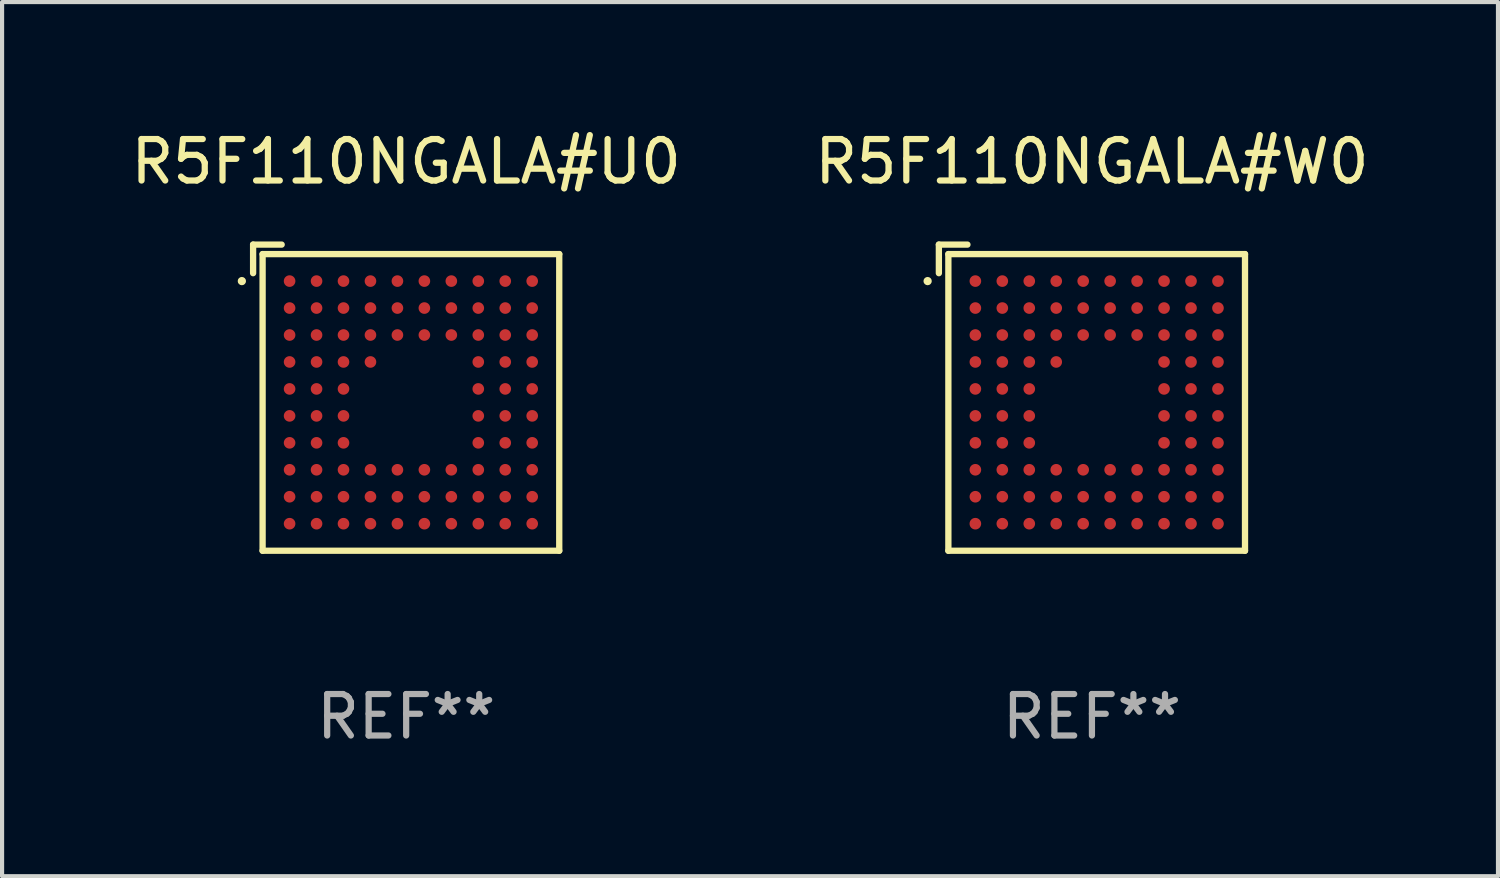
<source format=kicad_pcb>
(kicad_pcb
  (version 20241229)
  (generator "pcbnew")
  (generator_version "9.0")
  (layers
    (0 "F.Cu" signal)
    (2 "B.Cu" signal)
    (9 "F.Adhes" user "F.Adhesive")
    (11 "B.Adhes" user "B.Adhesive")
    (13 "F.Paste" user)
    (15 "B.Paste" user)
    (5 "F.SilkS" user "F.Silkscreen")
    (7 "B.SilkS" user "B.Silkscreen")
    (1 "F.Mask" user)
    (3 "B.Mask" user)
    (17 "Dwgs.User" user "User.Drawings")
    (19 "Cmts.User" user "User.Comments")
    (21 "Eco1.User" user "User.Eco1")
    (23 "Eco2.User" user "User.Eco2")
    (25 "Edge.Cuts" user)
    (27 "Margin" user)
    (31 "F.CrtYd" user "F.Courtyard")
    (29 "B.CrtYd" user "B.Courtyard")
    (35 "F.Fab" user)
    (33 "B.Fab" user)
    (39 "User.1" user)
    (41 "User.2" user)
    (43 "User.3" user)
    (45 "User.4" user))
  (footprint "R5F110NGALA#U0"
    (layer "F.Cu")
    (at 6.744 6.539)
    (property "Reference" "R5F110NGALA#U0" (at 0 -5.691 0) (layer "F.SilkS") (effects (font (size 1 1) (thickness 0.15))))
    (attr through_hole)
    (fp_line (start -3.691 -3.691) (end -3.002 -3.691) (stroke (width 0.152) (type solid)) (layer "F.SilkS"))
    (fp_line (start -3.691 -3.002) (end -3.691 -3.691) (stroke (width 0.152) (type solid)) (layer "F.SilkS"))
    (fp_line (start -3.462 -3.462) (end 3.691 -3.462) (stroke (width 0.152) (type solid)) (layer "F.SilkS"))
    (fp_line (start -3.462 3.691) (end -3.462 -3.462) (stroke (width 0.152) (type solid)) (layer "F.SilkS"))
    (fp_line (start 3.691 -3.462) (end 3.691 3.691) (stroke (width 0.152) (type solid)) (layer "F.SilkS"))
    (fp_line (start 3.691 3.691) (end -3.462 3.691) (stroke (width 0.152) (type solid)) (layer "F.SilkS"))
    (fp_circle (center -3.962 -2.811) (end -3.912 -2.811) (stroke (width 0.1) (type solid)) (fill no) (layer "F.SilkS"))
    (fp_text user "REF**" (at 0 7.691 0) (layer "F.Fab") (effects (font (size 1 1) (thickness 0.15))))
    (pad "A1" smd circle (at -2.811 -2.811) (size 0.28 0.28) (layers "F.Cu" "F.Mask" "F.Paste"))
    (pad "A2" smd circle (at -2.161 -2.811) (size 0.28 0.28) (layers "F.Cu" "F.Mask" "F.Paste"))
    (pad "A3" smd circle (at -1.511 -2.811) (size 0.28 0.28) (layers "F.Cu" "F.Mask" "F.Paste"))
    (pad "A4" smd circle (at -0.861 -2.811) (size 0.28 0.28) (layers "F.Cu" "F.Mask" "F.Paste"))
    (pad "A5" smd circle (at -0.211 -2.811) (size 0.28 0.28) (layers "F.Cu" "F.Mask" "F.Paste"))
    (pad "A6" smd circle (at 0.439 -2.811) (size 0.28 0.28) (layers "F.Cu" "F.Mask" "F.Paste"))
    (pad "A7" smd circle (at 1.089 -2.811) (size 0.28 0.28) (layers "F.Cu" "F.Mask" "F.Paste"))
    (pad "A8" smd circle (at 1.739 -2.811) (size 0.28 0.28) (layers "F.Cu" "F.Mask" "F.Paste"))
    (pad "A9" smd circle (at 2.389 -2.811) (size 0.28 0.28) (layers "F.Cu" "F.Mask" "F.Paste"))
    (pad "A10" smd circle (at 3.039 -2.811) (size 0.28 0.28) (layers "F.Cu" "F.Mask" "F.Paste"))
    (pad "B1" smd circle (at -2.811 -2.161) (size 0.28 0.28) (layers "F.Cu" "F.Mask" "F.Paste"))
    (pad "B2" smd circle (at -2.161 -2.161) (size 0.28 0.28) (layers "F.Cu" "F.Mask" "F.Paste"))
    (pad "B3" smd circle (at -1.511 -2.161) (size 0.28 0.28) (layers "F.Cu" "F.Mask" "F.Paste"))
    (pad "B4" smd circle (at -0.861 -2.161) (size 0.28 0.28) (layers "F.Cu" "F.Mask" "F.Paste"))
    (pad "B5" smd circle (at -0.211 -2.161) (size 0.28 0.28) (layers "F.Cu" "F.Mask" "F.Paste"))
    (pad "B6" smd circle (at 0.439 -2.161) (size 0.28 0.28) (layers "F.Cu" "F.Mask" "F.Paste"))
    (pad "B7" smd circle (at 1.089 -2.161) (size 0.28 0.28) (layers "F.Cu" "F.Mask" "F.Paste"))
    (pad "B8" smd circle (at 1.739 -2.161) (size 0.28 0.28) (layers "F.Cu" "F.Mask" "F.Paste"))
    (pad "B9" smd circle (at 2.389 -2.161) (size 0.28 0.28) (layers "F.Cu" "F.Mask" "F.Paste"))
    (pad "B10" smd circle (at 3.039 -2.161) (size 0.28 0.28) (layers "F.Cu" "F.Mask" "F.Paste"))
    (pad "C1" smd circle (at -2.811 -1.511) (size 0.28 0.28) (layers "F.Cu" "F.Mask" "F.Paste"))
    (pad "C2" smd circle (at -2.161 -1.511) (size 0.28 0.28) (layers "F.Cu" "F.Mask" "F.Paste"))
    (pad "C3" smd circle (at -1.511 -1.511) (size 0.28 0.28) (layers "F.Cu" "F.Mask" "F.Paste"))
    (pad "C4" smd circle (at -0.861 -1.511) (size 0.28 0.28) (layers "F.Cu" "F.Mask" "F.Paste"))
    (pad "C5" smd circle (at -0.211 -1.511) (size 0.28 0.28) (layers "F.Cu" "F.Mask" "F.Paste"))
    (pad "C6" smd circle (at 0.439 -1.511) (size 0.28 0.28) (layers "F.Cu" "F.Mask" "F.Paste"))
    (pad "C7" smd circle (at 1.089 -1.511) (size 0.28 0.28) (layers "F.Cu" "F.Mask" "F.Paste"))
    (pad "C8" smd circle (at 1.739 -1.511) (size 0.28 0.28) (layers "F.Cu" "F.Mask" "F.Paste"))
    (pad "C9" smd circle (at 2.389 -1.511) (size 0.28 0.28) (layers "F.Cu" "F.Mask" "F.Paste"))
    (pad "C10" smd circle (at 3.039 -1.511) (size 0.28 0.28) (layers "F.Cu" "F.Mask" "F.Paste"))
    (pad "D1" smd circle (at -2.811 -0.861) (size 0.28 0.28) (layers "F.Cu" "F.Mask" "F.Paste"))
    (pad "D2" smd circle (at -2.161 -0.861) (size 0.28 0.28) (layers "F.Cu" "F.Mask" "F.Paste"))
    (pad "D3" smd circle (at -1.511 -0.861) (size 0.28 0.28) (layers "F.Cu" "F.Mask" "F.Paste"))
    (pad "D4" smd circle (at -0.861 -0.861) (size 0.28 0.28) (layers "F.Cu" "F.Mask" "F.Paste"))
    (pad "D8" smd circle (at 1.739 -0.861) (size 0.28 0.28) (layers "F.Cu" "F.Mask" "F.Paste"))
    (pad "D9" smd circle (at 2.389 -0.861) (size 0.28 0.28) (layers "F.Cu" "F.Mask" "F.Paste"))
    (pad "D10" smd circle (at 3.039 -0.861) (size 0.28 0.28) (layers "F.Cu" "F.Mask" "F.Paste"))
    (pad "E1" smd circle (at -2.811 -0.211) (size 0.28 0.28) (layers "F.Cu" "F.Mask" "F.Paste"))
    (pad "E2" smd circle (at -2.161 -0.211) (size 0.28 0.28) (layers "F.Cu" "F.Mask" "F.Paste"))
    (pad "E3" smd circle (at -1.511 -0.211) (size 0.28 0.28) (layers "F.Cu" "F.Mask" "F.Paste"))
    (pad "E8" smd circle (at 1.739 -0.211) (size 0.28 0.28) (layers "F.Cu" "F.Mask" "F.Paste"))
    (pad "E9" smd circle (at 2.389 -0.211) (size 0.28 0.28) (layers "F.Cu" "F.Mask" "F.Paste"))
    (pad "E10" smd circle (at 3.039 -0.211) (size 0.28 0.28) (layers "F.Cu" "F.Mask" "F.Paste"))
    (pad "F1" smd circle (at -2.811 0.439) (size 0.28 0.28) (layers "F.Cu" "F.Mask" "F.Paste"))
    (pad "F2" smd circle (at -2.161 0.439) (size 0.28 0.28) (layers "F.Cu" "F.Mask" "F.Paste"))
    (pad "F3" smd circle (at -1.511 0.439) (size 0.28 0.28) (layers "F.Cu" "F.Mask" "F.Paste"))
    (pad "F8" smd circle (at 1.739 0.439) (size 0.28 0.28) (layers "F.Cu" "F.Mask" "F.Paste"))
    (pad "F9" smd circle (at 2.389 0.439) (size 0.28 0.28) (layers "F.Cu" "F.Mask" "F.Paste"))
    (pad "F10" smd circle (at 3.039 0.439) (size 0.28 0.28) (layers "F.Cu" "F.Mask" "F.Paste"))
    (pad "G1" smd circle (at -2.811 1.089) (size 0.28 0.28) (layers "F.Cu" "F.Mask" "F.Paste"))
    (pad "G2" smd circle (at -2.161 1.089) (size 0.28 0.28) (layers "F.Cu" "F.Mask" "F.Paste"))
    (pad "G3" smd circle (at -1.511 1.089) (size 0.28 0.28) (layers "F.Cu" "F.Mask" "F.Paste"))
    (pad "G8" smd circle (at 1.739 1.089) (size 0.28 0.28) (layers "F.Cu" "F.Mask" "F.Paste"))
    (pad "G9" smd circle (at 2.389 1.089) (size 0.28 0.28) (layers "F.Cu" "F.Mask" "F.Paste"))
    (pad "G10" smd circle (at 3.039 1.089) (size 0.28 0.28) (layers "F.Cu" "F.Mask" "F.Paste"))
    (pad "H1" smd circle (at -2.811 1.739) (size 0.28 0.28) (layers "F.Cu" "F.Mask" "F.Paste"))
    (pad "H2" smd circle (at -2.161 1.739) (size 0.28 0.28) (layers "F.Cu" "F.Mask" "F.Paste"))
    (pad "H3" smd circle (at -1.511 1.739) (size 0.28 0.28) (layers "F.Cu" "F.Mask" "F.Paste"))
    (pad "H4" smd circle (at -0.861 1.739) (size 0.28 0.28) (layers "F.Cu" "F.Mask" "F.Paste"))
    (pad "H5" smd circle (at -0.211 1.739) (size 0.28 0.28) (layers "F.Cu" "F.Mask" "F.Paste"))
    (pad "H6" smd circle (at 0.439 1.739) (size 0.28 0.28) (layers "F.Cu" "F.Mask" "F.Paste"))
    (pad "H7" smd circle (at 1.089 1.739) (size 0.28 0.28) (layers "F.Cu" "F.Mask" "F.Paste"))
    (pad "H8" smd circle (at 1.739 1.739) (size 0.28 0.28) (layers "F.Cu" "F.Mask" "F.Paste"))
    (pad "H9" smd circle (at 2.389 1.739) (size 0.28 0.28) (layers "F.Cu" "F.Mask" "F.Paste"))
    (pad "H10" smd circle (at 3.039 1.739) (size 0.28 0.28) (layers "F.Cu" "F.Mask" "F.Paste"))
    (pad "J1" smd circle (at -2.811 2.389) (size 0.28 0.28) (layers "F.Cu" "F.Mask" "F.Paste"))
    (pad "J2" smd circle (at -2.161 2.389) (size 0.28 0.28) (layers "F.Cu" "F.Mask" "F.Paste"))
    (pad "J3" smd circle (at -1.511 2.389) (size 0.28 0.28) (layers "F.Cu" "F.Mask" "F.Paste"))
    (pad "J4" smd circle (at -0.861 2.389) (size 0.28 0.28) (layers "F.Cu" "F.Mask" "F.Paste"))
    (pad "J5" smd circle (at -0.211 2.389) (size 0.28 0.28) (layers "F.Cu" "F.Mask" "F.Paste"))
    (pad "J6" smd circle (at 0.439 2.389) (size 0.28 0.28) (layers "F.Cu" "F.Mask" "F.Paste"))
    (pad "J7" smd circle (at 1.089 2.389) (size 0.28 0.28) (layers "F.Cu" "F.Mask" "F.Paste"))
    (pad "J8" smd circle (at 1.739 2.389) (size 0.28 0.28) (layers "F.Cu" "F.Mask" "F.Paste"))
    (pad "J9" smd circle (at 2.389 2.389) (size 0.28 0.28) (layers "F.Cu" "F.Mask" "F.Paste"))
    (pad "J10" smd circle (at 3.039 2.389) (size 0.28 0.28) (layers "F.Cu" "F.Mask" "F.Paste"))
    (pad "K1" smd circle (at -2.811 3.039) (size 0.28 0.28) (layers "F.Cu" "F.Mask" "F.Paste"))
    (pad "K2" smd circle (at -2.161 3.039) (size 0.28 0.28) (layers "F.Cu" "F.Mask" "F.Paste"))
    (pad "K3" smd circle (at -1.511 3.039) (size 0.28 0.28) (layers "F.Cu" "F.Mask" "F.Paste"))
    (pad "K4" smd circle (at -0.861 3.039) (size 0.28 0.28) (layers "F.Cu" "F.Mask" "F.Paste"))
    (pad "K5" smd circle (at -0.211 3.039) (size 0.28 0.28) (layers "F.Cu" "F.Mask" "F.Paste"))
    (pad "K6" smd circle (at 0.439 3.039) (size 0.28 0.28) (layers "F.Cu" "F.Mask" "F.Paste"))
    (pad "K7" smd circle (at 1.089 3.039) (size 0.28 0.28) (layers "F.Cu" "F.Mask" "F.Paste"))
    (pad "K8" smd circle (at 1.739 3.039) (size 0.28 0.28) (layers "F.Cu" "F.Mask" "F.Paste"))
    (pad "K9" smd circle (at 2.389 3.039) (size 0.28 0.28) (layers "F.Cu" "F.Mask" "F.Paste"))
    (pad "K10" smd circle (at 3.039 3.039) (size 0.28 0.28) (layers "F.Cu" "F.Mask" "F.Paste")))
  (footprint "R5F110NGALA#W0"
    (layer "F.Cu")
    (at 23.28 6.539)
    (property "Reference" "R5F110NGALA#W0" (at 0 -5.691 0) (layer "F.SilkS") (effects (font (size 1 1) (thickness 0.15))))
    (attr through_hole)
    (fp_line (start -3.691 -3.691) (end -3.002 -3.691) (stroke (width 0.152) (type solid)) (layer "F.SilkS"))
    (fp_line (start -3.691 -3.002) (end -3.691 -3.691) (stroke (width 0.152) (type solid)) (layer "F.SilkS"))
    (fp_line (start -3.462 -3.462) (end 3.691 -3.462) (stroke (width 0.152) (type solid)) (layer "F.SilkS"))
    (fp_line (start -3.462 3.691) (end -3.462 -3.462) (stroke (width 0.152) (type solid)) (layer "F.SilkS"))
    (fp_line (start 3.691 -3.462) (end 3.691 3.691) (stroke (width 0.152) (type solid)) (layer "F.SilkS"))
    (fp_line (start 3.691 3.691) (end -3.462 3.691) (stroke (width 0.152) (type solid)) (layer "F.SilkS"))
    (fp_circle (center -3.962 -2.811) (end -3.912 -2.811) (stroke (width 0.1) (type solid)) (fill no) (layer "F.SilkS"))
    (fp_text user "REF**" (at 0 7.691 0) (layer "F.Fab") (effects (font (size 1 1) (thickness 0.15))))
    (pad "A1" smd circle (at -2.811 -2.811) (size 0.28 0.28) (layers "F.Cu" "F.Mask" "F.Paste"))
    (pad "A2" smd circle (at -2.161 -2.811) (size 0.28 0.28) (layers "F.Cu" "F.Mask" "F.Paste"))
    (pad "A3" smd circle (at -1.511 -2.811) (size 0.28 0.28) (layers "F.Cu" "F.Mask" "F.Paste"))
    (pad "A4" smd circle (at -0.861 -2.811) (size 0.28 0.28) (layers "F.Cu" "F.Mask" "F.Paste"))
    (pad "A5" smd circle (at -0.211 -2.811) (size 0.28 0.28) (layers "F.Cu" "F.Mask" "F.Paste"))
    (pad "A6" smd circle (at 0.439 -2.811) (size 0.28 0.28) (layers "F.Cu" "F.Mask" "F.Paste"))
    (pad "A7" smd circle (at 1.089 -2.811) (size 0.28 0.28) (layers "F.Cu" "F.Mask" "F.Paste"))
    (pad "A8" smd circle (at 1.739 -2.811) (size 0.28 0.28) (layers "F.Cu" "F.Mask" "F.Paste"))
    (pad "A9" smd circle (at 2.389 -2.811) (size 0.28 0.28) (layers "F.Cu" "F.Mask" "F.Paste"))
    (pad "A10" smd circle (at 3.039 -2.811) (size 0.28 0.28) (layers "F.Cu" "F.Mask" "F.Paste"))
    (pad "B1" smd circle (at -2.811 -2.161) (size 0.28 0.28) (layers "F.Cu" "F.Mask" "F.Paste"))
    (pad "B2" smd circle (at -2.161 -2.161) (size 0.28 0.28) (layers "F.Cu" "F.Mask" "F.Paste"))
    (pad "B3" smd circle (at -1.511 -2.161) (size 0.28 0.28) (layers "F.Cu" "F.Mask" "F.Paste"))
    (pad "B4" smd circle (at -0.861 -2.161) (size 0.28 0.28) (layers "F.Cu" "F.Mask" "F.Paste"))
    (pad "B5" smd circle (at -0.211 -2.161) (size 0.28 0.28) (layers "F.Cu" "F.Mask" "F.Paste"))
    (pad "B6" smd circle (at 0.439 -2.161) (size 0.28 0.28) (layers "F.Cu" "F.Mask" "F.Paste"))
    (pad "B7" smd circle (at 1.089 -2.161) (size 0.28 0.28) (layers "F.Cu" "F.Mask" "F.Paste"))
    (pad "B8" smd circle (at 1.739 -2.161) (size 0.28 0.28) (layers "F.Cu" "F.Mask" "F.Paste"))
    (pad "B9" smd circle (at 2.389 -2.161) (size 0.28 0.28) (layers "F.Cu" "F.Mask" "F.Paste"))
    (pad "B10" smd circle (at 3.039 -2.161) (size 0.28 0.28) (layers "F.Cu" "F.Mask" "F.Paste"))
    (pad "C1" smd circle (at -2.811 -1.511) (size 0.28 0.28) (layers "F.Cu" "F.Mask" "F.Paste"))
    (pad "C2" smd circle (at -2.161 -1.511) (size 0.28 0.28) (layers "F.Cu" "F.Mask" "F.Paste"))
    (pad "C3" smd circle (at -1.511 -1.511) (size 0.28 0.28) (layers "F.Cu" "F.Mask" "F.Paste"))
    (pad "C4" smd circle (at -0.861 -1.511) (size 0.28 0.28) (layers "F.Cu" "F.Mask" "F.Paste"))
    (pad "C5" smd circle (at -0.211 -1.511) (size 0.28 0.28) (layers "F.Cu" "F.Mask" "F.Paste"))
    (pad "C6" smd circle (at 0.439 -1.511) (size 0.28 0.28) (layers "F.Cu" "F.Mask" "F.Paste"))
    (pad "C7" smd circle (at 1.089 -1.511) (size 0.28 0.28) (layers "F.Cu" "F.Mask" "F.Paste"))
    (pad "C8" smd circle (at 1.739 -1.511) (size 0.28 0.28) (layers "F.Cu" "F.Mask" "F.Paste"))
    (pad "C9" smd circle (at 2.389 -1.511) (size 0.28 0.28) (layers "F.Cu" "F.Mask" "F.Paste"))
    (pad "C10" smd circle (at 3.039 -1.511) (size 0.28 0.28) (layers "F.Cu" "F.Mask" "F.Paste"))
    (pad "D1" smd circle (at -2.811 -0.861) (size 0.28 0.28) (layers "F.Cu" "F.Mask" "F.Paste"))
    (pad "D2" smd circle (at -2.161 -0.861) (size 0.28 0.28) (layers "F.Cu" "F.Mask" "F.Paste"))
    (pad "D3" smd circle (at -1.511 -0.861) (size 0.28 0.28) (layers "F.Cu" "F.Mask" "F.Paste"))
    (pad "D4" smd circle (at -0.861 -0.861) (size 0.28 0.28) (layers "F.Cu" "F.Mask" "F.Paste"))
    (pad "D8" smd circle (at 1.739 -0.861) (size 0.28 0.28) (layers "F.Cu" "F.Mask" "F.Paste"))
    (pad "D9" smd circle (at 2.389 -0.861) (size 0.28 0.28) (layers "F.Cu" "F.Mask" "F.Paste"))
    (pad "D10" smd circle (at 3.039 -0.861) (size 0.28 0.28) (layers "F.Cu" "F.Mask" "F.Paste"))
    (pad "E1" smd circle (at -2.811 -0.211) (size 0.28 0.28) (layers "F.Cu" "F.Mask" "F.Paste"))
    (pad "E2" smd circle (at -2.161 -0.211) (size 0.28 0.28) (layers "F.Cu" "F.Mask" "F.Paste"))
    (pad "E3" smd circle (at -1.511 -0.211) (size 0.28 0.28) (layers "F.Cu" "F.Mask" "F.Paste"))
    (pad "E8" smd circle (at 1.739 -0.211) (size 0.28 0.28) (layers "F.Cu" "F.Mask" "F.Paste"))
    (pad "E9" smd circle (at 2.389 -0.211) (size 0.28 0.28) (layers "F.Cu" "F.Mask" "F.Paste"))
    (pad "E10" smd circle (at 3.039 -0.211) (size 0.28 0.28) (layers "F.Cu" "F.Mask" "F.Paste"))
    (pad "F1" smd circle (at -2.811 0.439) (size 0.28 0.28) (layers "F.Cu" "F.Mask" "F.Paste"))
    (pad "F2" smd circle (at -2.161 0.439) (size 0.28 0.28) (layers "F.Cu" "F.Mask" "F.Paste"))
    (pad "F3" smd circle (at -1.511 0.439) (size 0.28 0.28) (layers "F.Cu" "F.Mask" "F.Paste"))
    (pad "F8" smd circle (at 1.739 0.439) (size 0.28 0.28) (layers "F.Cu" "F.Mask" "F.Paste"))
    (pad "F9" smd circle (at 2.389 0.439) (size 0.28 0.28) (layers "F.Cu" "F.Mask" "F.Paste"))
    (pad "F10" smd circle (at 3.039 0.439) (size 0.28 0.28) (layers "F.Cu" "F.Mask" "F.Paste"))
    (pad "G1" smd circle (at -2.811 1.089) (size 0.28 0.28) (layers "F.Cu" "F.Mask" "F.Paste"))
    (pad "G2" smd circle (at -2.161 1.089) (size 0.28 0.28) (layers "F.Cu" "F.Mask" "F.Paste"))
    (pad "G3" smd circle (at -1.511 1.089) (size 0.28 0.28) (layers "F.Cu" "F.Mask" "F.Paste"))
    (pad "G8" smd circle (at 1.739 1.089) (size 0.28 0.28) (layers "F.Cu" "F.Mask" "F.Paste"))
    (pad "G9" smd circle (at 2.389 1.089) (size 0.28 0.28) (layers "F.Cu" "F.Mask" "F.Paste"))
    (pad "G10" smd circle (at 3.039 1.089) (size 0.28 0.28) (layers "F.Cu" "F.Mask" "F.Paste"))
    (pad "H1" smd circle (at -2.811 1.739) (size 0.28 0.28) (layers "F.Cu" "F.Mask" "F.Paste"))
    (pad "H2" smd circle (at -2.161 1.739) (size 0.28 0.28) (layers "F.Cu" "F.Mask" "F.Paste"))
    (pad "H3" smd circle (at -1.511 1.739) (size 0.28 0.28) (layers "F.Cu" "F.Mask" "F.Paste"))
    (pad "H4" smd circle (at -0.861 1.739) (size 0.28 0.28) (layers "F.Cu" "F.Mask" "F.Paste"))
    (pad "H5" smd circle (at -0.211 1.739) (size 0.28 0.28) (layers "F.Cu" "F.Mask" "F.Paste"))
    (pad "H6" smd circle (at 0.439 1.739) (size 0.28 0.28) (layers "F.Cu" "F.Mask" "F.Paste"))
    (pad "H7" smd circle (at 1.089 1.739) (size 0.28 0.28) (layers "F.Cu" "F.Mask" "F.Paste"))
    (pad "H8" smd circle (at 1.739 1.739) (size 0.28 0.28) (layers "F.Cu" "F.Mask" "F.Paste"))
    (pad "H9" smd circle (at 2.389 1.739) (size 0.28 0.28) (layers "F.Cu" "F.Mask" "F.Paste"))
    (pad "H10" smd circle (at 3.039 1.739) (size 0.28 0.28) (layers "F.Cu" "F.Mask" "F.Paste"))
    (pad "J1" smd circle (at -2.811 2.389) (size 0.28 0.28) (layers "F.Cu" "F.Mask" "F.Paste"))
    (pad "J2" smd circle (at -2.161 2.389) (size 0.28 0.28) (layers "F.Cu" "F.Mask" "F.Paste"))
    (pad "J3" smd circle (at -1.511 2.389) (size 0.28 0.28) (layers "F.Cu" "F.Mask" "F.Paste"))
    (pad "J4" smd circle (at -0.861 2.389) (size 0.28 0.28) (layers "F.Cu" "F.Mask" "F.Paste"))
    (pad "J5" smd circle (at -0.211 2.389) (size 0.28 0.28) (layers "F.Cu" "F.Mask" "F.Paste"))
    (pad "J6" smd circle (at 0.439 2.389) (size 0.28 0.28) (layers "F.Cu" "F.Mask" "F.Paste"))
    (pad "J7" smd circle (at 1.089 2.389) (size 0.28 0.28) (layers "F.Cu" "F.Mask" "F.Paste"))
    (pad "J8" smd circle (at 1.739 2.389) (size 0.28 0.28) (layers "F.Cu" "F.Mask" "F.Paste"))
    (pad "J9" smd circle (at 2.389 2.389) (size 0.28 0.28) (layers "F.Cu" "F.Mask" "F.Paste"))
    (pad "J10" smd circle (at 3.039 2.389) (size 0.28 0.28) (layers "F.Cu" "F.Mask" "F.Paste"))
    (pad "K1" smd circle (at -2.811 3.039) (size 0.28 0.28) (layers "F.Cu" "F.Mask" "F.Paste"))
    (pad "K2" smd circle (at -2.161 3.039) (size 0.28 0.28) (layers "F.Cu" "F.Mask" "F.Paste"))
    (pad "K3" smd circle (at -1.511 3.039) (size 0.28 0.28) (layers "F.Cu" "F.Mask" "F.Paste"))
    (pad "K4" smd circle (at -0.861 3.039) (size 0.28 0.28) (layers "F.Cu" "F.Mask" "F.Paste"))
    (pad "K5" smd circle (at -0.211 3.039) (size 0.28 0.28) (layers "F.Cu" "F.Mask" "F.Paste"))
    (pad "K6" smd circle (at 0.439 3.039) (size 0.28 0.28) (layers "F.Cu" "F.Mask" "F.Paste"))
    (pad "K7" smd circle (at 1.089 3.039) (size 0.28 0.28) (layers "F.Cu" "F.Mask" "F.Paste"))
    (pad "K8" smd circle (at 1.739 3.039) (size 0.28 0.28) (layers "F.Cu" "F.Mask" "F.Paste"))
    (pad "K9" smd circle (at 2.389 3.039) (size 0.28 0.28) (layers "F.Cu" "F.Mask" "F.Paste"))
    (pad "K10" smd circle (at 3.039 3.039) (size 0.28 0.28) (layers "F.Cu" "F.Mask" "F.Paste")))
  (gr_rect
    (start -3 -3)
    (end 33.071 18.078)
    (stroke (width 0.1) (type default))
    (fill no)
    (layer "Edge.Cuts")))
</source>
